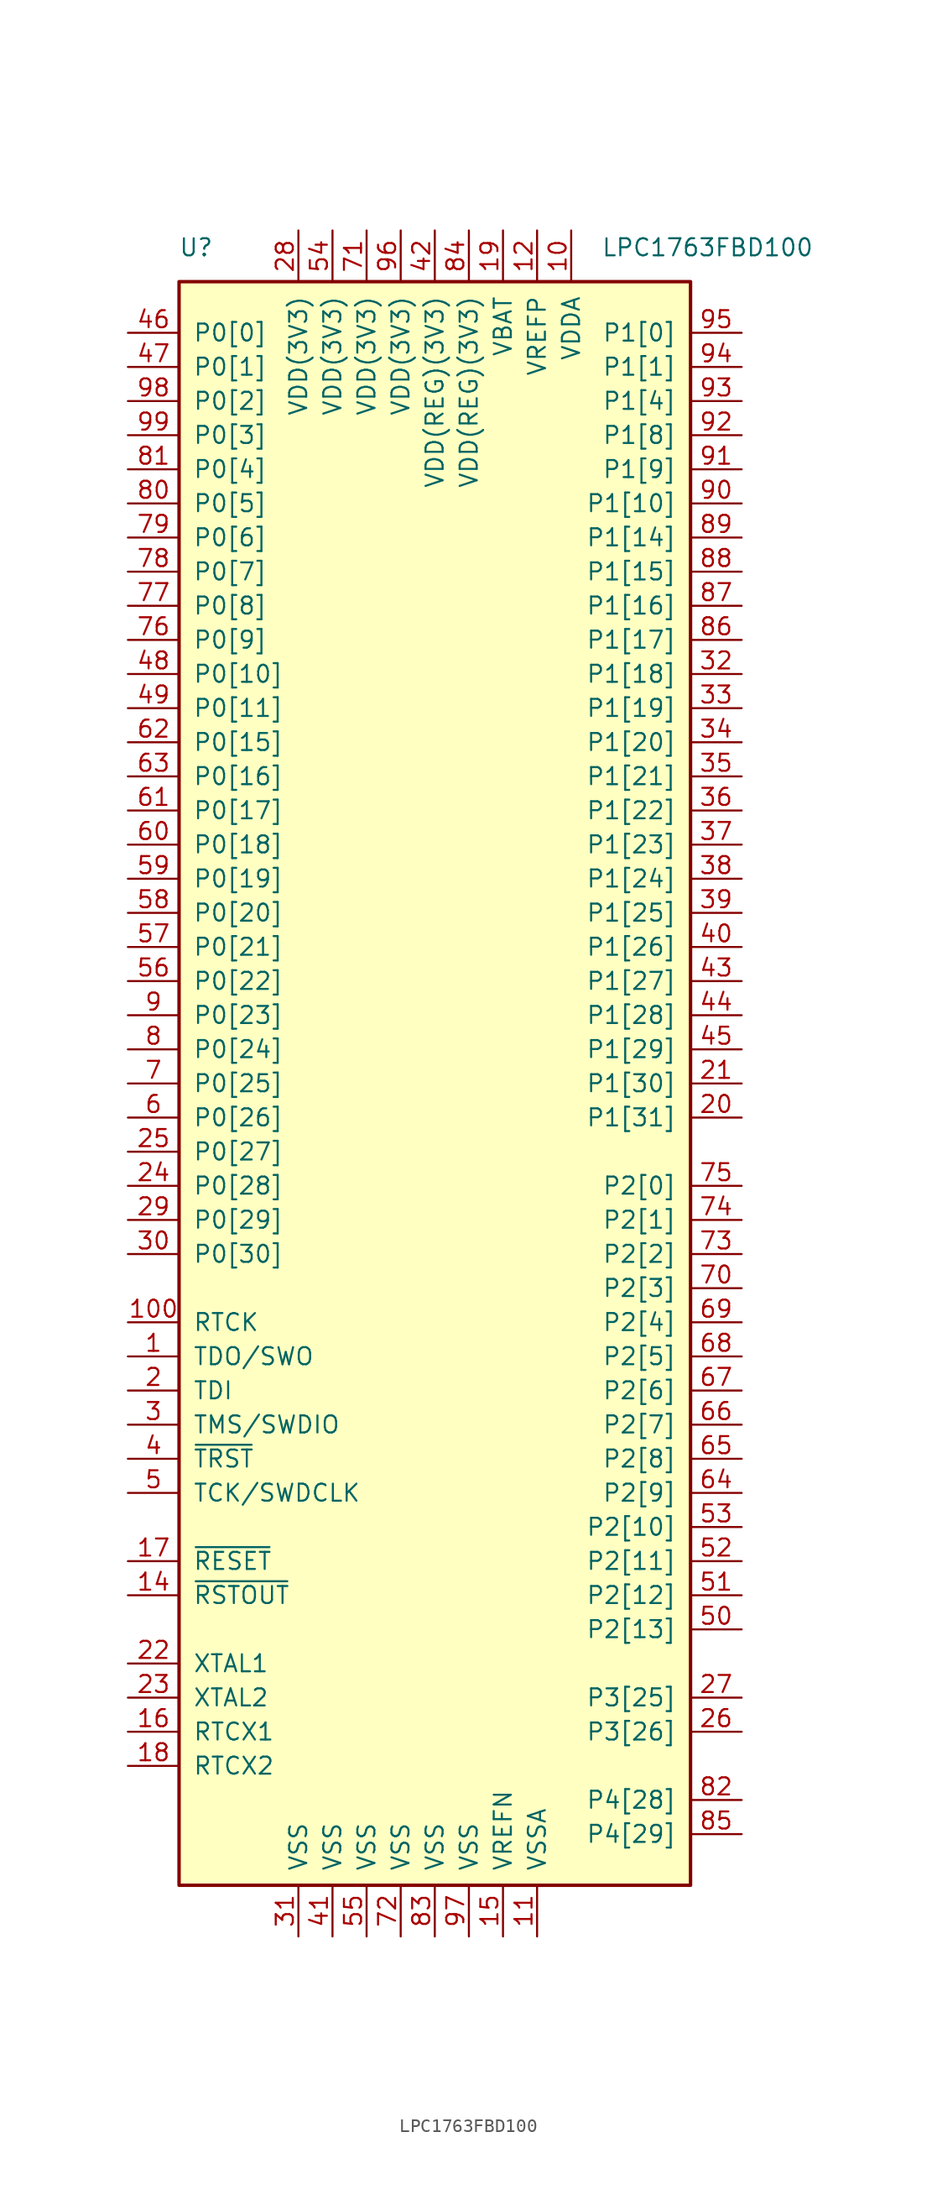
<source format=kicad_sym>
(kicad_symbol_lib
  (version 20201005)
  (generator kicad_symbol_editor)
  (symbol "LPC1763FBD100"
    (pin_names
      (offset 1.016))
    (property "Reference" "U"
      (at -17.78 62.23 0)
      (effects (font (size 1.27 1.27))))
    (property "Value" "LPC1763FBD100"
      (at 20.32 62.23 0)
      (effects (font (size 1.27 1.27))))
    (symbol "LPC1763FBD100_0_1"
      (rectangle (start -19.05 59.69) (end 19.05 -59.69) (stroke (width 0.254)) (fill (type background))))
    (symbol "LPC1763FBD100_1_1"
      (pin output line (at -22.86 -20.32 0) (length 3.81) (name "TDO/SWO" (effects (font (size 1.27 1.27)))) (number "1" (effects (font (size 1.27 1.27)))))
      (pin power_in line (at 10.16 63.5 270) (length 3.81) (name "VDDA" (effects (font (size 1.27 1.27)))) (number "10" (effects (font (size 1.27 1.27)))))
      (pin output line (at -22.86 -17.78 0) (length 3.81) (name "RTCK" (effects (font (size 1.27 1.27)))) (number "100" (effects (font (size 1.27 1.27)))))
      (pin power_in line (at 7.62 -63.5 90) (length 3.81) (name "VSSA" (effects (font (size 1.27 1.27)))) (number "11" (effects (font (size 1.27 1.27)))))
      (pin power_in line (at 7.62 63.5 270) (length 3.81) (name "VREFP" (effects (font (size 1.27 1.27)))) (number "12" (effects (font (size 1.27 1.27)))))
      (pin no_connect line (at -22.86 -55.88 0) (length 3.81) hide (name "NC" (effects (font (size 1.27 1.27)))) (number "13" (effects (font (size 1.27 1.27)))))
      (pin output line (at -22.86 -38.1 0) (length 3.81) (name "~RSTOUT~" (effects (font (size 1.27 1.27)))) (number "14" (effects (font (size 1.27 1.27)))))
      (pin power_in line (at 5.08 -63.5 90) (length 3.81) (name "VREFN" (effects (font (size 1.27 1.27)))) (number "15" (effects (font (size 1.27 1.27)))))
      (pin input line (at -22.86 -48.26 0) (length 3.81) (name "RTCX1" (effects (font (size 1.27 1.27)))) (number "16" (effects (font (size 1.27 1.27)))))
      (pin input line (at -22.86 -35.56 0) (length 3.81) (name "~RESET~" (effects (font (size 1.27 1.27)))) (number "17" (effects (font (size 1.27 1.27)))))
      (pin output line (at -22.86 -50.8 0) (length 3.81) (name "RTCX2" (effects (font (size 1.27 1.27)))) (number "18" (effects (font (size 1.27 1.27)))))
      (pin power_in line (at 5.08 63.5 270) (length 3.81) (name "VBAT" (effects (font (size 1.27 1.27)))) (number "19" (effects (font (size 1.27 1.27)))))
      (pin input line (at -22.86 -22.86 0) (length 3.81) (name "TDI" (effects (font (size 1.27 1.27)))) (number "2" (effects (font (size 1.27 1.27)))))
      (pin bidirectional line (at 22.86 -2.54 180) (length 3.81) (name "P1[31]" (effects (font (size 1.27 1.27)))) (number "20" (effects (font (size 1.27 1.27)))))
      (pin bidirectional line (at 22.86 0 180) (length 3.81) (name "P1[30]" (effects (font (size 1.27 1.27)))) (number "21" (effects (font (size 1.27 1.27)))))
      (pin input line (at -22.86 -43.18 0) (length 3.81) (name "XTAL1" (effects (font (size 1.27 1.27)))) (number "22" (effects (font (size 1.27 1.27)))))
      (pin output line (at -22.86 -45.72 0) (length 3.81) (name "XTAL2" (effects (font (size 1.27 1.27)))) (number "23" (effects (font (size 1.27 1.27)))))
      (pin bidirectional line (at -22.86 -7.62 0) (length 3.81) (name "P0[28]" (effects (font (size 1.27 1.27)))) (number "24" (effects (font (size 1.27 1.27)))))
      (pin bidirectional line (at -22.86 -5.08 0) (length 3.81) (name "P0[27]" (effects (font (size 1.27 1.27)))) (number "25" (effects (font (size 1.27 1.27)))))
      (pin bidirectional line (at 22.86 -48.26 180) (length 3.81) (name "P3[26]" (effects (font (size 1.27 1.27)))) (number "26" (effects (font (size 1.27 1.27)))))
      (pin bidirectional line (at 22.86 -45.72 180) (length 3.81) (name "P3[25]" (effects (font (size 1.27 1.27)))) (number "27" (effects (font (size 1.27 1.27)))))
      (pin power_in line (at -10.16 63.5 270) (length 3.81) (name "VDD(3V3)" (effects (font (size 1.27 1.27)))) (number "28" (effects (font (size 1.27 1.27)))))
      (pin bidirectional line (at -22.86 -10.16 0) (length 3.81) (name "P0[29]" (effects (font (size 1.27 1.27)))) (number "29" (effects (font (size 1.27 1.27)))))
      (pin bidirectional line (at -22.86 -25.4 0) (length 3.81) (name "TMS/SWDIO" (effects (font (size 1.27 1.27)))) (number "3" (effects (font (size 1.27 1.27)))))
      (pin bidirectional line (at -22.86 -12.7 0) (length 3.81) (name "P0[30]" (effects (font (size 1.27 1.27)))) (number "30" (effects (font (size 1.27 1.27)))))
      (pin power_in line (at -10.16 -63.5 90) (length 3.81) (name "VSS" (effects (font (size 1.27 1.27)))) (number "31" (effects (font (size 1.27 1.27)))))
      (pin bidirectional line (at 22.86 30.48 180) (length 3.81) (name "P1[18]" (effects (font (size 1.27 1.27)))) (number "32" (effects (font (size 1.27 1.27)))))
      (pin bidirectional line (at 22.86 27.94 180) (length 3.81) (name "P1[19]" (effects (font (size 1.27 1.27)))) (number "33" (effects (font (size 1.27 1.27)))))
      (pin bidirectional line (at 22.86 25.4 180) (length 3.81) (name "P1[20]" (effects (font (size 1.27 1.27)))) (number "34" (effects (font (size 1.27 1.27)))))
      (pin bidirectional line (at 22.86 22.86 180) (length 3.81) (name "P1[21]" (effects (font (size 1.27 1.27)))) (number "35" (effects (font (size 1.27 1.27)))))
      (pin bidirectional line (at 22.86 20.32 180) (length 3.81) (name "P1[22]" (effects (font (size 1.27 1.27)))) (number "36" (effects (font (size 1.27 1.27)))))
      (pin bidirectional line (at 22.86 17.78 180) (length 3.81) (name "P1[23]" (effects (font (size 1.27 1.27)))) (number "37" (effects (font (size 1.27 1.27)))))
      (pin bidirectional line (at 22.86 15.24 180) (length 3.81) (name "P1[24]" (effects (font (size 1.27 1.27)))) (number "38" (effects (font (size 1.27 1.27)))))
      (pin bidirectional line (at 22.86 12.7 180) (length 3.81) (name "P1[25]" (effects (font (size 1.27 1.27)))) (number "39" (effects (font (size 1.27 1.27)))))
      (pin input line (at -22.86 -27.94 0) (length 3.81) (name "~TRST~" (effects (font (size 1.27 1.27)))) (number "4" (effects (font (size 1.27 1.27)))))
      (pin bidirectional line (at 22.86 10.16 180) (length 3.81) (name "P1[26]" (effects (font (size 1.27 1.27)))) (number "40" (effects (font (size 1.27 1.27)))))
      (pin power_in line (at -7.62 -63.5 90) (length 3.81) (name "VSS" (effects (font (size 1.27 1.27)))) (number "41" (effects (font (size 1.27 1.27)))))
      (pin power_in line (at 0 63.5 270) (length 3.81) (name "VDD(REG)(3V3)" (effects (font (size 1.27 1.27)))) (number "42" (effects (font (size 1.27 1.27)))))
      (pin bidirectional line (at 22.86 7.62 180) (length 3.81) (name "P1[27]" (effects (font (size 1.27 1.27)))) (number "43" (effects (font (size 1.27 1.27)))))
      (pin bidirectional line (at 22.86 5.08 180) (length 3.81) (name "P1[28]" (effects (font (size 1.27 1.27)))) (number "44" (effects (font (size 1.27 1.27)))))
      (pin bidirectional line (at 22.86 2.54 180) (length 3.81) (name "P1[29]" (effects (font (size 1.27 1.27)))) (number "45" (effects (font (size 1.27 1.27)))))
      (pin bidirectional line (at -22.86 55.88 0) (length 3.81) (name "P0[0]" (effects (font (size 1.27 1.27)))) (number "46" (effects (font (size 1.27 1.27)))))
      (pin bidirectional line (at -22.86 53.34 0) (length 3.81) (name "P0[1]" (effects (font (size 1.27 1.27)))) (number "47" (effects (font (size 1.27 1.27)))))
      (pin bidirectional line (at -22.86 30.48 0) (length 3.81) (name "P0[10]" (effects (font (size 1.27 1.27)))) (number "48" (effects (font (size 1.27 1.27)))))
      (pin bidirectional line (at -22.86 27.94 0) (length 3.81) (name "P0[11]" (effects (font (size 1.27 1.27)))) (number "49" (effects (font (size 1.27 1.27)))))
      (pin input line (at -22.86 -30.48 0) (length 3.81) (name "TCK/SWDCLK" (effects (font (size 1.27 1.27)))) (number "5" (effects (font (size 1.27 1.27)))))
      (pin bidirectional line (at 22.86 -40.64 180) (length 3.81) (name "P2[13]" (effects (font (size 1.27 1.27)))) (number "50" (effects (font (size 1.27 1.27)))))
      (pin bidirectional line (at 22.86 -38.1 180) (length 3.81) (name "P2[12]" (effects (font (size 1.27 1.27)))) (number "51" (effects (font (size 1.27 1.27)))))
      (pin bidirectional line (at 22.86 -35.56 180) (length 3.81) (name "P2[11]" (effects (font (size 1.27 1.27)))) (number "52" (effects (font (size 1.27 1.27)))))
      (pin bidirectional line (at 22.86 -33.02 180) (length 3.81) (name "P2[10]" (effects (font (size 1.27 1.27)))) (number "53" (effects (font (size 1.27 1.27)))))
      (pin power_in line (at -7.62 63.5 270) (length 3.81) (name "VDD(3V3)" (effects (font (size 1.27 1.27)))) (number "54" (effects (font (size 1.27 1.27)))))
      (pin power_in line (at -5.08 -63.5 90) (length 3.81) (name "VSS" (effects (font (size 1.27 1.27)))) (number "55" (effects (font (size 1.27 1.27)))))
      (pin bidirectional line (at -22.86 7.62 0) (length 3.81) (name "P0[22]" (effects (font (size 1.27 1.27)))) (number "56" (effects (font (size 1.27 1.27)))))
      (pin bidirectional line (at -22.86 10.16 0) (length 3.81) (name "P0[21]" (effects (font (size 1.27 1.27)))) (number "57" (effects (font (size 1.27 1.27)))))
      (pin bidirectional line (at -22.86 12.7 0) (length 3.81) (name "P0[20]" (effects (font (size 1.27 1.27)))) (number "58" (effects (font (size 1.27 1.27)))))
      (pin bidirectional line (at -22.86 15.24 0) (length 3.81) (name "P0[19]" (effects (font (size 1.27 1.27)))) (number "59" (effects (font (size 1.27 1.27)))))
      (pin bidirectional line (at -22.86 -2.54 0) (length 3.81) (name "P0[26]" (effects (font (size 1.27 1.27)))) (number "6" (effects (font (size 1.27 1.27)))))
      (pin bidirectional line (at -22.86 17.78 0) (length 3.81) (name "P0[18]" (effects (font (size 1.27 1.27)))) (number "60" (effects (font (size 1.27 1.27)))))
      (pin bidirectional line (at -22.86 20.32 0) (length 3.81) (name "P0[17]" (effects (font (size 1.27 1.27)))) (number "61" (effects (font (size 1.27 1.27)))))
      (pin bidirectional line (at -22.86 25.4 0) (length 3.81) (name "P0[15]" (effects (font (size 1.27 1.27)))) (number "62" (effects (font (size 1.27 1.27)))))
      (pin bidirectional line (at -22.86 22.86 0) (length 3.81) (name "P0[16]" (effects (font (size 1.27 1.27)))) (number "63" (effects (font (size 1.27 1.27)))))
      (pin bidirectional line (at 22.86 -30.48 180) (length 3.81) (name "P2[9]" (effects (font (size 1.27 1.27)))) (number "64" (effects (font (size 1.27 1.27)))))
      (pin bidirectional line (at 22.86 -27.94 180) (length 3.81) (name "P2[8]" (effects (font (size 1.27 1.27)))) (number "65" (effects (font (size 1.27 1.27)))))
      (pin bidirectional line (at 22.86 -25.4 180) (length 3.81) (name "P2[7]" (effects (font (size 1.27 1.27)))) (number "66" (effects (font (size 1.27 1.27)))))
      (pin bidirectional line (at 22.86 -22.86 180) (length 3.81) (name "P2[6]" (effects (font (size 1.27 1.27)))) (number "67" (effects (font (size 1.27 1.27)))))
      (pin bidirectional line (at 22.86 -20.32 180) (length 3.81) (name "P2[5]" (effects (font (size 1.27 1.27)))) (number "68" (effects (font (size 1.27 1.27)))))
      (pin bidirectional line (at 22.86 -17.78 180) (length 3.81) (name "P2[4]" (effects (font (size 1.27 1.27)))) (number "69" (effects (font (size 1.27 1.27)))))
      (pin bidirectional line (at -22.86 0 0) (length 3.81) (name "P0[25]" (effects (font (size 1.27 1.27)))) (number "7" (effects (font (size 1.27 1.27)))))
      (pin bidirectional line (at 22.86 -15.24 180) (length 3.81) (name "P2[3]" (effects (font (size 1.27 1.27)))) (number "70" (effects (font (size 1.27 1.27)))))
      (pin power_in line (at -5.08 63.5 270) (length 3.81) (name "VDD(3V3)" (effects (font (size 1.27 1.27)))) (number "71" (effects (font (size 1.27 1.27)))))
      (pin power_in line (at -2.54 -63.5 90) (length 3.81) (name "VSS" (effects (font (size 1.27 1.27)))) (number "72" (effects (font (size 1.27 1.27)))))
      (pin bidirectional line (at 22.86 -12.7 180) (length 3.81) (name "P2[2]" (effects (font (size 1.27 1.27)))) (number "73" (effects (font (size 1.27 1.27)))))
      (pin bidirectional line (at 22.86 -10.16 180) (length 3.81) (name "P2[1]" (effects (font (size 1.27 1.27)))) (number "74" (effects (font (size 1.27 1.27)))))
      (pin bidirectional line (at 22.86 -7.62 180) (length 3.81) (name "P2[0]" (effects (font (size 1.27 1.27)))) (number "75" (effects (font (size 1.27 1.27)))))
      (pin bidirectional line (at -22.86 33.02 0) (length 3.81) (name "P0[9]" (effects (font (size 1.27 1.27)))) (number "76" (effects (font (size 1.27 1.27)))))
      (pin bidirectional line (at -22.86 35.56 0) (length 3.81) (name "P0[8]" (effects (font (size 1.27 1.27)))) (number "77" (effects (font (size 1.27 1.27)))))
      (pin bidirectional line (at -22.86 38.1 0) (length 3.81) (name "P0[7]" (effects (font (size 1.27 1.27)))) (number "78" (effects (font (size 1.27 1.27)))))
      (pin bidirectional line (at -22.86 40.64 0) (length 3.81) (name "P0[6]" (effects (font (size 1.27 1.27)))) (number "79" (effects (font (size 1.27 1.27)))))
      (pin bidirectional line (at -22.86 2.54 0) (length 3.81) (name "P0[24]" (effects (font (size 1.27 1.27)))) (number "8" (effects (font (size 1.27 1.27)))))
      (pin bidirectional line (at -22.86 43.18 0) (length 3.81) (name "P0[5]" (effects (font (size 1.27 1.27)))) (number "80" (effects (font (size 1.27 1.27)))))
      (pin bidirectional line (at -22.86 45.72 0) (length 3.81) (name "P0[4]" (effects (font (size 1.27 1.27)))) (number "81" (effects (font (size 1.27 1.27)))))
      (pin bidirectional line (at 22.86 -53.34 180) (length 3.81) (name "P4[28]" (effects (font (size 1.27 1.27)))) (number "82" (effects (font (size 1.27 1.27)))))
      (pin power_in line (at 0 -63.5 90) (length 3.81) (name "VSS" (effects (font (size 1.27 1.27)))) (number "83" (effects (font (size 1.27 1.27)))))
      (pin power_in line (at 2.54 63.5 270) (length 3.81) (name "VDD(REG)(3V3)" (effects (font (size 1.27 1.27)))) (number "84" (effects (font (size 1.27 1.27)))))
      (pin bidirectional line (at 22.86 -55.88 180) (length 3.81) (name "P4[29]" (effects (font (size 1.27 1.27)))) (number "85" (effects (font (size 1.27 1.27)))))
      (pin bidirectional line (at 22.86 33.02 180) (length 3.81) (name "P1[17]" (effects (font (size 1.27 1.27)))) (number "86" (effects (font (size 1.27 1.27)))))
      (pin bidirectional line (at 22.86 35.56 180) (length 3.81) (name "P1[16]" (effects (font (size 1.27 1.27)))) (number "87" (effects (font (size 1.27 1.27)))))
      (pin bidirectional line (at 22.86 38.1 180) (length 3.81) (name "P1[15]" (effects (font (size 1.27 1.27)))) (number "88" (effects (font (size 1.27 1.27)))))
      (pin bidirectional line (at 22.86 40.64 180) (length 3.81) (name "P1[14]" (effects (font (size 1.27 1.27)))) (number "89" (effects (font (size 1.27 1.27)))))
      (pin bidirectional line (at -22.86 5.08 0) (length 3.81) (name "P0[23]" (effects (font (size 1.27 1.27)))) (number "9" (effects (font (size 1.27 1.27)))))
      (pin bidirectional line (at 22.86 43.18 180) (length 3.81) (name "P1[10]" (effects (font (size 1.27 1.27)))) (number "90" (effects (font (size 1.27 1.27)))))
      (pin bidirectional line (at 22.86 45.72 180) (length 3.81) (name "P1[9]" (effects (font (size 1.27 1.27)))) (number "91" (effects (font (size 1.27 1.27)))))
      (pin bidirectional line (at 22.86 48.26 180) (length 3.81) (name "P1[8]" (effects (font (size 1.27 1.27)))) (number "92" (effects (font (size 1.27 1.27)))))
      (pin bidirectional line (at 22.86 50.8 180) (length 3.81) (name "P1[4]" (effects (font (size 1.27 1.27)))) (number "93" (effects (font (size 1.27 1.27)))))
      (pin bidirectional line (at 22.86 53.34 180) (length 3.81) (name "P1[1]" (effects (font (size 1.27 1.27)))) (number "94" (effects (font (size 1.27 1.27)))))
      (pin bidirectional line (at 22.86 55.88 180) (length 3.81) (name "P1[0]" (effects (font (size 1.27 1.27)))) (number "95" (effects (font (size 1.27 1.27)))))
      (pin power_in line (at -2.54 63.5 270) (length 3.81) (name "VDD(3V3)" (effects (font (size 1.27 1.27)))) (number "96" (effects (font (size 1.27 1.27)))))
      (pin power_in line (at 2.54 -63.5 90) (length 3.81) (name "VSS" (effects (font (size 1.27 1.27)))) (number "97" (effects (font (size 1.27 1.27)))))
      (pin bidirectional line (at -22.86 50.8 0) (length 3.81) (name "P0[2]" (effects (font (size 1.27 1.27)))) (number "98" (effects (font (size 1.27 1.27)))))
      (pin bidirectional line (at -22.86 48.26 0) (length 3.81) (name "P0[3]" (effects (font (size 1.27 1.27)))) (number "99" (effects (font (size 1.27 1.27))))))))
</source>
